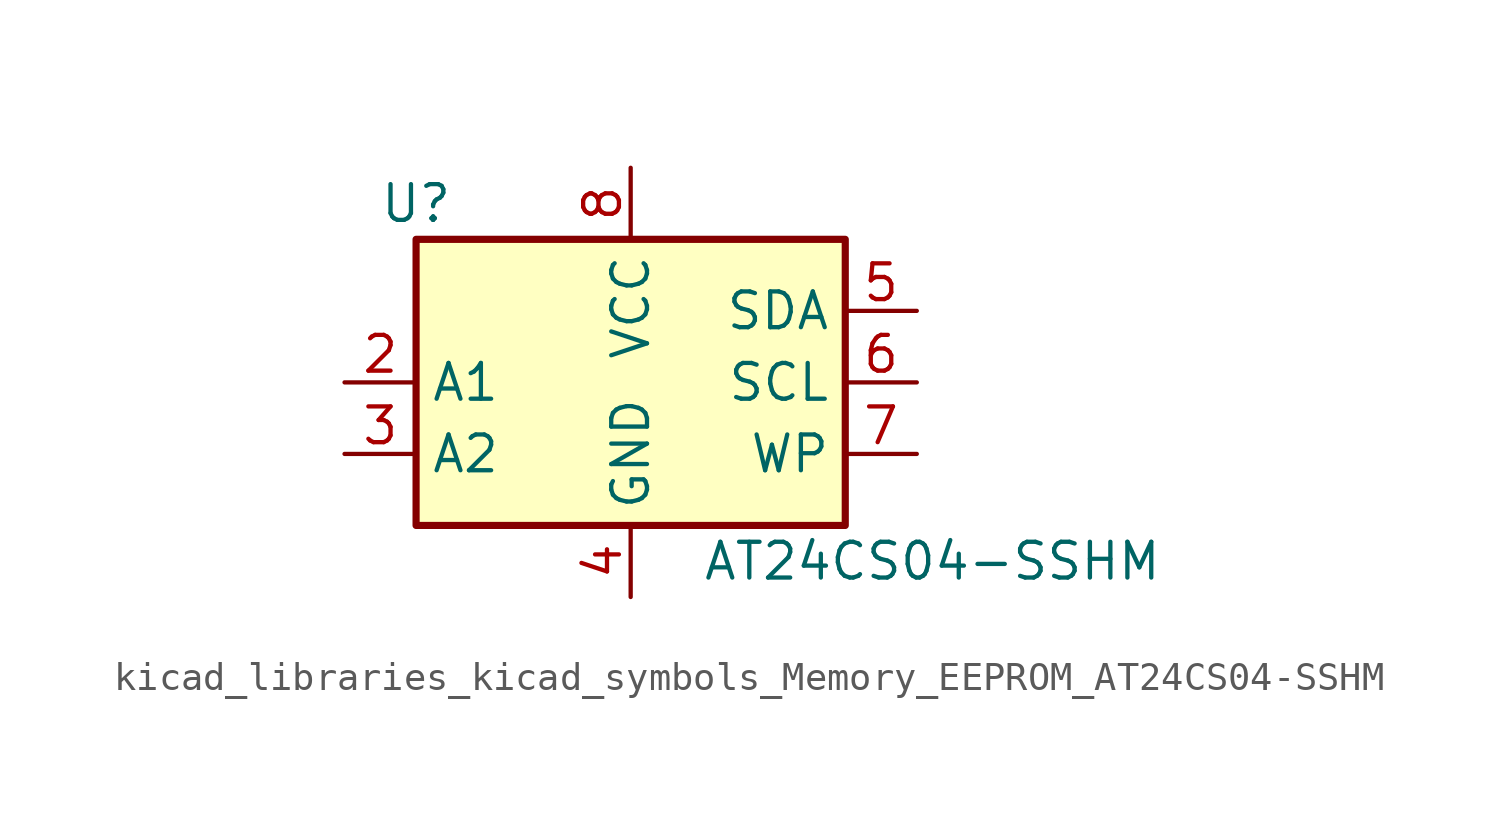
<source format=kicad_sym>
(kicad_symbol_lib
  (version 20220914)
  (generator kicad_symbol_editor)
  (symbol "kicad_libraries_kicad_symbols_Memory_EEPROM_AT24CS04-SSHM"
    (property "Reference" "U"
      (at -7.62 6.35 0)
      (effects (font (size 1.27 1.27))))
    (property "Value" "AT24CS04-SSHM"
      (at 2.54 -6.35 0)
      (effects (font (size 1.27 1.27)) (justify left)))
    (symbol "kicad_libraries_kicad_symbols_Memory_EEPROM_AT24CS04-SSHM_1_1"
      (rectangle (start -7.62 5.08) (end 7.62 -5.08) (stroke (width 0.254) (type default)) (fill (type background)))
      (pin no_connect line (at -7.62 2.54 0) (length 2.54) hide (name "NC" (effects (font (size 1.27 1.27)))) (number "1" (effects (font (size 1.27 1.27)))))
      (pin input line (at -10.16 0 0) (length 2.54) (name "A1" (effects (font (size 1.27 1.27)))) (number "2" (effects (font (size 1.27 1.27)))))
      (pin input line (at -10.16 -2.54 0) (length 2.54) (name "A2" (effects (font (size 1.27 1.27)))) (number "3" (effects (font (size 1.27 1.27)))))
      (pin power_in line (at 0 -7.62 90) (length 2.54) (name "GND" (effects (font (size 1.27 1.27)))) (number "4" (effects (font (size 1.27 1.27)))))
      (pin bidirectional line (at 10.16 2.54 180) (length 2.54) (name "SDA" (effects (font (size 1.27 1.27)))) (number "5" (effects (font (size 1.27 1.27)))))
      (pin input line (at 10.16 0 180) (length 2.54) (name "SCL" (effects (font (size 1.27 1.27)))) (number "6" (effects (font (size 1.27 1.27)))))
      (pin input line (at 10.16 -2.54 180) (length 2.54) (name "WP" (effects (font (size 1.27 1.27)))) (number "7" (effects (font (size 1.27 1.27)))))
      (pin power_in line (at 0 7.62 270) (length 2.54) (name "VCC" (effects (font (size 1.27 1.27)))) (number "8" (effects (font (size 1.27 1.27))))))))
</source>
